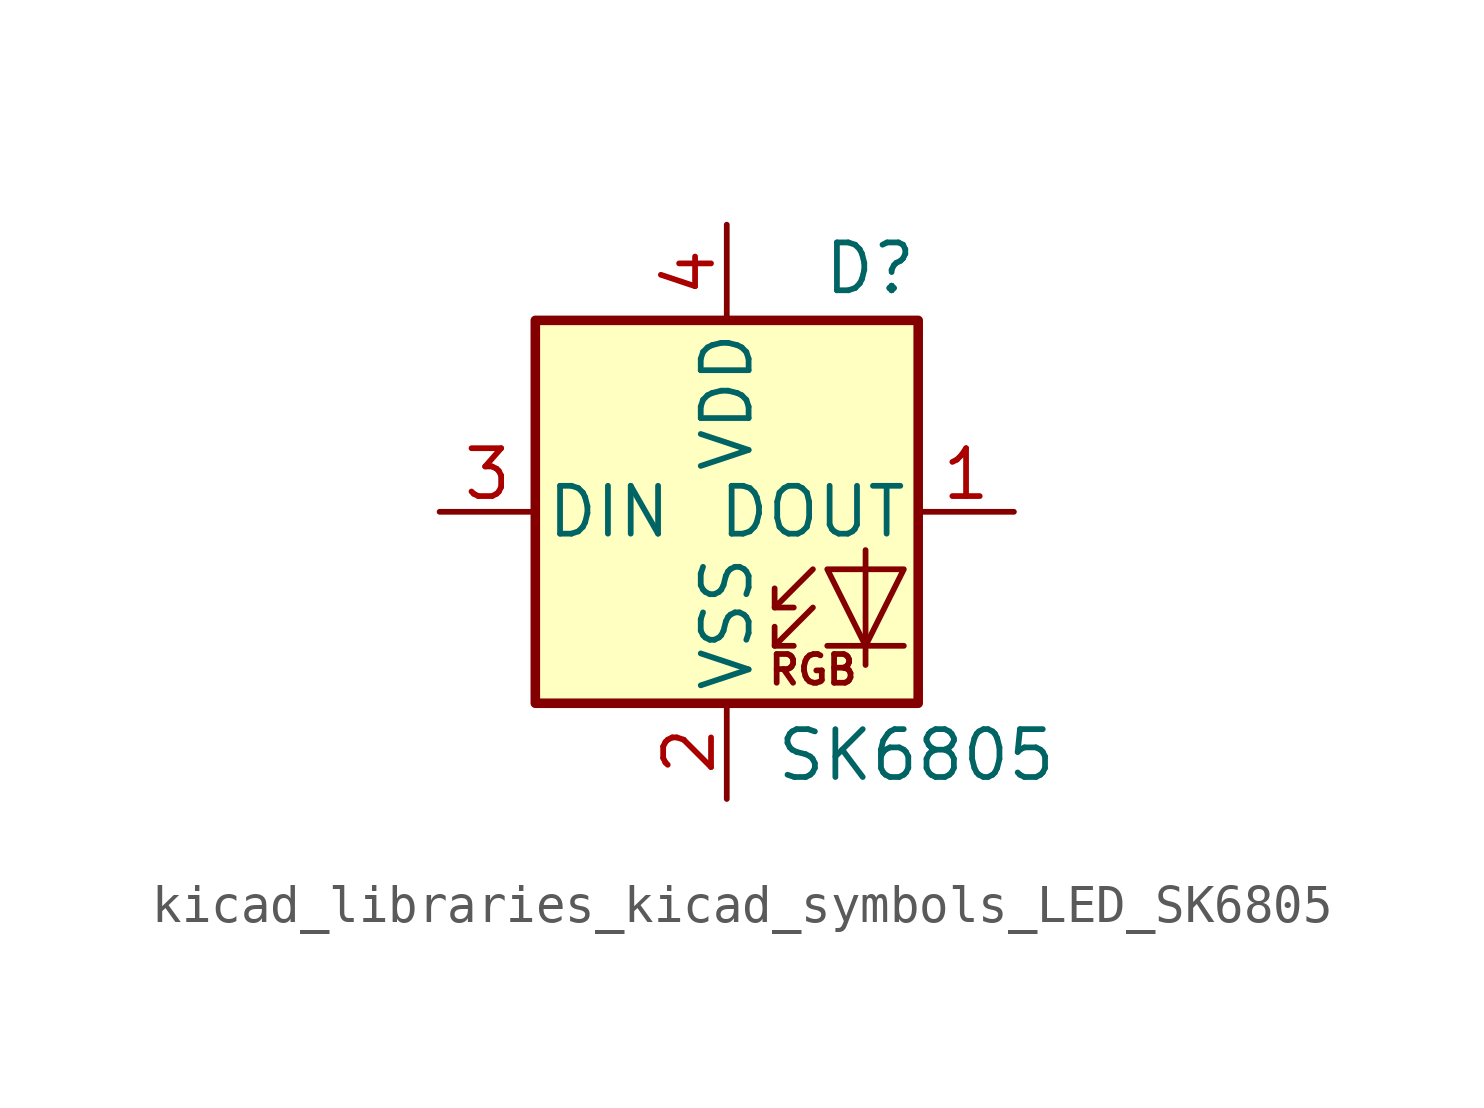
<source format=kicad_sym>
(kicad_symbol_lib
  (version 20220914)
  (generator kicad_symbol_editor)
  (symbol "kicad_libraries_kicad_symbols_LED_SK6805"
    (pin_names
      (offset 0.254))
    (property "Reference" "D"
      (at 5.08 5.715 0)
      (effects (font (size 1.27 1.27)) (justify right bottom)))
    (property "Value" "SK6805"
      (at 1.27 -5.715 0)
      (effects (font (size 1.27 1.27)) (justify left top)))
    (symbol "kicad_libraries_kicad_symbols_LED_SK6805_0_0"
      (text "RGB" (at 2.286 -4.191 0) (effects (font (size 0.762 0.762)))))
    (symbol "kicad_libraries_kicad_symbols_LED_SK6805_0_1"
      (polyline (pts (xy 1.27 -3.556) (xy 1.778 -3.556)) (stroke (width 0) (type default)) (fill (type none)))
      (polyline (pts (xy 1.27 -2.54) (xy 1.778 -2.54)) (stroke (width 0) (type default)) (fill (type none)))
      (polyline (pts (xy 4.699 -3.556) (xy 2.667 -3.556)) (stroke (width 0) (type default)) (fill (type none)))
      (polyline (pts (xy 2.286 -2.54) (xy 1.27 -3.556) (xy 1.27 -3.048)) (stroke (width 0) (type default)) (fill (type none)))
      (polyline (pts (xy 2.286 -1.524) (xy 1.27 -2.54) (xy 1.27 -2.032)) (stroke (width 0) (type default)) (fill (type none)))
      (polyline (pts (xy 3.683 -1.016) (xy 3.683 -3.556) (xy 3.683 -4.064)) (stroke (width 0) (type default)) (fill (type none)))
      (polyline (pts (xy 4.699 -1.524) (xy 2.667 -1.524) (xy 3.683 -3.556) (xy 4.699 -1.524)) (stroke (width 0) (type default)) (fill (type none)))
      (rectangle (start 5.08 5.08) (end -5.08 -5.08) (stroke (width 0.254) (type default)) (fill (type background))))
    (symbol "kicad_libraries_kicad_symbols_LED_SK6805_1_1"
      (pin output line (at 7.62 0 180) (length 2.54) (name "DOUT" (effects (font (size 1.27 1.27)))) (number "1" (effects (font (size 1.27 1.27)))))
      (pin power_in line (at 0 -7.62 90) (length 2.54) (name "VSS" (effects (font (size 1.27 1.27)))) (number "2" (effects (font (size 1.27 1.27)))))
      (pin input line (at -7.62 0 0) (length 2.54) (name "DIN" (effects (font (size 1.27 1.27)))) (number "3" (effects (font (size 1.27 1.27)))))
      (pin power_in line (at 0 7.62 270) (length 2.54) (name "VDD" (effects (font (size 1.27 1.27)))) (number "4" (effects (font (size 1.27 1.27))))))))
</source>
